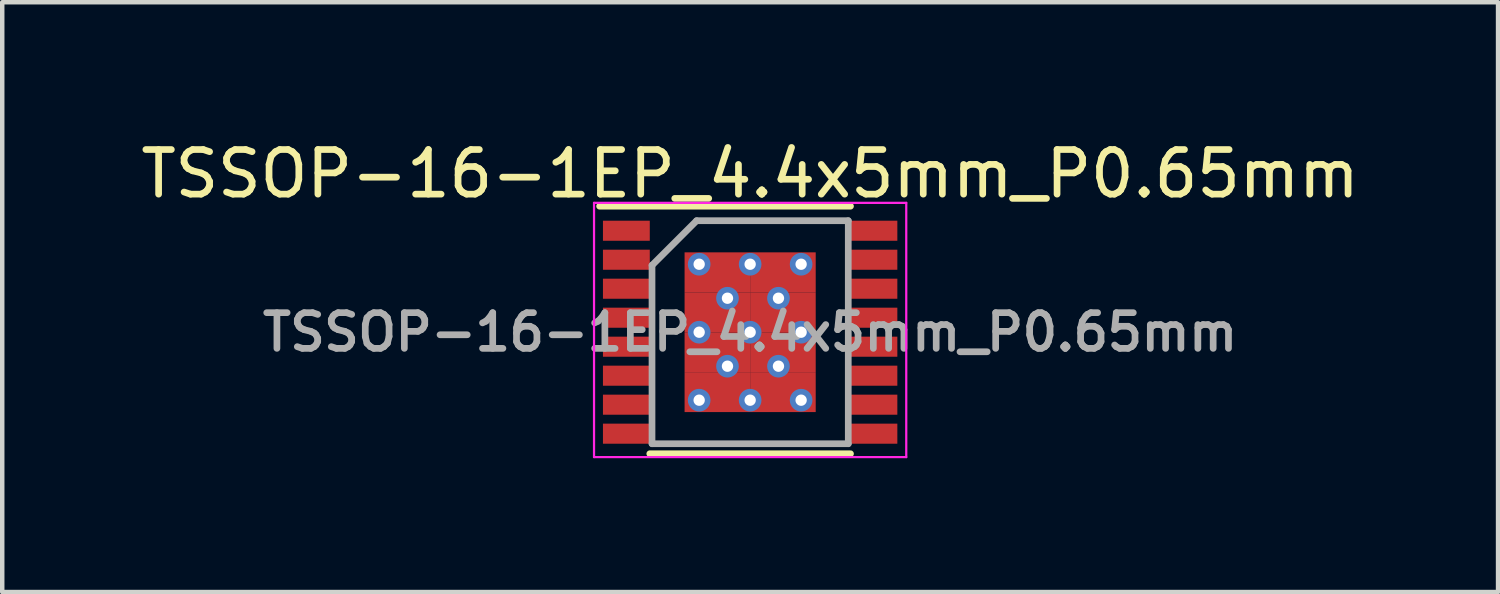
<source format=kicad_pcb>
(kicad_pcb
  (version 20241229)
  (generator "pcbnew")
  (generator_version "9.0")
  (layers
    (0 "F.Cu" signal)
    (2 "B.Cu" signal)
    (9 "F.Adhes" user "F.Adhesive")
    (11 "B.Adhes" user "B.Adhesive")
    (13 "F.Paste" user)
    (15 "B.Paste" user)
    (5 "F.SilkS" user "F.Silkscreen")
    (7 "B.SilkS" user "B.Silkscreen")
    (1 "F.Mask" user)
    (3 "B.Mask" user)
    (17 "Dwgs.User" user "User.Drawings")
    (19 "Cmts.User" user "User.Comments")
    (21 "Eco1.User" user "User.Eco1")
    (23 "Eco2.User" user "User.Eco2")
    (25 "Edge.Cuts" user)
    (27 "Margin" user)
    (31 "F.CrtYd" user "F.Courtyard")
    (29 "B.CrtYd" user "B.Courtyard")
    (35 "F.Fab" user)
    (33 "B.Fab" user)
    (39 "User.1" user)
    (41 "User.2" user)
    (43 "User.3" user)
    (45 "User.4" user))
  (footprint "TSSOP-16-1EP_4.4x5mm_P0.65mm"
    (layer "F.Cu")
    (at 13.768 4.398)
    (property "Reference" "TSSOP-16-1EP_4.4x5mm_P0.65mm" (at 0 -3.55 0) (layer "F.SilkS") (effects (font (size 1 1) (thickness 0.15))))
    (attr smd)
    (fp_line (start -3.375 -2.825) (end 2.25 -2.825) (stroke (width 0.15) (type solid)) (layer "F.SilkS"))
    (fp_line (start -2.25 2.725) (end 2.25 2.725) (stroke (width 0.15) (type solid)) (layer "F.SilkS"))
    (fp_line (start -3.5 -2.9) (end -3.5 2.8) (stroke (width 0.05) (type solid)) (layer "F.CrtYd"))
    (fp_line (start -3.5 -2.9) (end 3.5 -2.9) (stroke (width 0.05) (type solid)) (layer "F.CrtYd"))
    (fp_line (start -3.5 2.8) (end 3.5 2.8) (stroke (width 0.05) (type solid)) (layer "F.CrtYd"))
    (fp_line (start 3.5 -2.9) (end 3.5 2.8) (stroke (width 0.05) (type solid)) (layer "F.CrtYd"))
    (fp_line (start -2.2 -1.5) (end -1.2 -2.5) (stroke (width 0.15) (type solid)) (layer "F.Fab"))
    (fp_line (start -2.2 2.5) (end -2.2 -1.5) (stroke (width 0.15) (type solid)) (layer "F.Fab"))
    (fp_line (start -1.2 -2.5) (end 2.2 -2.5) (stroke (width 0.15) (type solid)) (layer "F.Fab"))
    (fp_line (start 2.2 -2.5) (end 2.2 2.5) (stroke (width 0.15) (type solid)) (layer "F.Fab"))
    (fp_line (start 2.2 2.5) (end -2.2 2.5) (stroke (width 0.15) (type solid)) (layer "F.Fab"))
    (fp_text user "${REFERENCE}" (at 0 0 0) (layer "F.Fab") (effects (font (size 0.8 0.8) (thickness 0.15))))
    (pad "1" smd rect (at -2.775 -2.275) (size 1.05 0.45) (layers "F.Cu" "F.Mask" "F.Paste"))
    (pad "2" smd rect (at -2.775 -1.625) (size 1.05 0.45) (layers "F.Cu" "F.Mask" "F.Paste"))
    (pad "3" smd rect (at -2.775 -0.975) (size 1.05 0.45) (layers "F.Cu" "F.Mask" "F.Paste"))
    (pad "4" smd rect (at -2.775 -0.325) (size 1.05 0.45) (layers "F.Cu" "F.Mask" "F.Paste"))
    (pad "5" smd rect (at -2.775 0.325) (size 1.05 0.45) (layers "F.Cu" "F.Mask" "F.Paste"))
    (pad "6" smd rect (at -2.775 0.975) (size 1.05 0.45) (layers "F.Cu" "F.Mask" "F.Paste"))
    (pad "7" smd rect (at -2.775 1.625) (size 1.05 0.45) (layers "F.Cu" "F.Mask" "F.Paste"))
    (pad "8" smd rect (at -2.775 2.275) (size 1.05 0.45) (layers "F.Cu" "F.Mask" "F.Paste"))
    (pad "9" smd rect (at 2.775 2.275) (size 1.05 0.45) (layers "F.Cu" "F.Mask" "F.Paste"))
    (pad "10" smd rect (at 2.775 1.625) (size 1.05 0.45) (layers "F.Cu" "F.Mask" "F.Paste"))
    (pad "11" smd rect (at 2.775 0.975) (size 1.05 0.45) (layers "F.Cu" "F.Mask" "F.Paste"))
    (pad "12" smd rect (at 2.775 0.325) (size 1.05 0.45) (layers "F.Cu" "F.Mask" "F.Paste"))
    (pad "13" smd rect (at 2.775 -0.325) (size 1.05 0.45) (layers "F.Cu" "F.Mask" "F.Paste"))
    (pad "14" smd rect (at 2.775 -0.975) (size 1.05 0.45) (layers "F.Cu" "F.Mask" "F.Paste"))
    (pad "15" smd rect (at 2.775 -1.625) (size 1.05 0.45) (layers "F.Cu" "F.Mask" "F.Paste"))
    (pad "16" smd rect (at 2.775 -2.275) (size 1.05 0.45) (layers "F.Cu" "F.Mask" "F.Paste"))
    (pad "17" thru_hole circle (at -1.143 -1.524) (size 0.508 0.508) (drill 0.254) (layers "*.Cu" "*.Mask"))
    (pad "17" thru_hole circle (at -1.143 0) (size 0.508 0.508) (drill 0.254) (layers "*.Cu" "*.Mask"))
    (pad "17" thru_hole circle (at -1.143 1.524) (size 0.508 0.508) (drill 0.254) (layers "*.Cu" "*.Mask"))
    (pad "17" smd rect (at -0.735 -1.343) (size 1.47 0.895) (layers "F.Cu" "F.Mask" "F.Paste"))
    (pad "17" smd rect (at -0.735 -0.448) (size 1.47 0.895) (layers "F.Cu" "F.Mask" "F.Paste"))
    (pad "17" smd rect (at -0.735 0.448) (size 1.47 0.895) (layers "F.Cu" "F.Mask" "F.Paste"))
    (pad "17" smd rect (at -0.735 1.343) (size 1.47 0.895) (layers "F.Cu" "F.Mask" "F.Paste"))
    (pad "17" thru_hole circle (at -0.508 -0.762) (size 0.508 0.508) (drill 0.254) (layers "*.Cu" "*.Mask"))
    (pad "17" thru_hole circle (at -0.508 0.762) (size 0.508 0.508) (drill 0.254) (layers "*.Cu" "*.Mask"))
    (pad "17" thru_hole circle (at 0 -1.524) (size 0.508 0.508) (drill 0.254) (layers "*.Cu" "*.Mask"))
    (pad "17" thru_hole circle (at 0 0) (size 0.508 0.508) (drill 0.254) (layers "*.Cu" "*.Mask"))
    (pad "17" thru_hole circle (at 0 1.524) (size 0.508 0.508) (drill 0.254) (layers "*.Cu" "*.Mask"))
    (pad "17" thru_hole circle (at 0.635 -0.762) (size 0.508 0.508) (drill 0.254) (layers "*.Cu" "*.Mask"))
    (pad "17" thru_hole circle (at 0.635 0.762) (size 0.508 0.508) (drill 0.254) (layers "*.Cu" "*.Mask"))
    (pad "17" smd rect (at 0.735 -1.343) (size 1.47 0.895) (layers "F.Cu" "F.Mask" "F.Paste"))
    (pad "17" smd rect (at 0.735 -0.448) (size 1.47 0.895) (layers "F.Cu" "F.Mask" "F.Paste"))
    (pad "17" smd rect (at 0.735 0.448) (size 1.47 0.895) (layers "F.Cu" "F.Mask" "F.Paste"))
    (pad "17" smd rect (at 0.735 1.343) (size 1.47 0.895) (layers "F.Cu" "F.Mask" "F.Paste"))
    (pad "17" thru_hole circle (at 1.143 -1.524) (size 0.508 0.508) (drill 0.254) (layers "*.Cu" "*.Mask"))
    (pad "17" thru_hole circle (at 1.143 0) (size 0.508 0.508) (drill 0.254) (layers "*.Cu" "*.Mask"))
    (pad "17" thru_hole circle (at 1.143 1.524) (size 0.508 0.508) (drill 0.254) (layers "*.Cu" "*.Mask")))
  (gr_rect
    (start -3 -3)
    (end 30.536 10.223)
    (stroke (width 0.1) (type default))
    (fill no)
    (layer "Edge.Cuts")))
</source>
